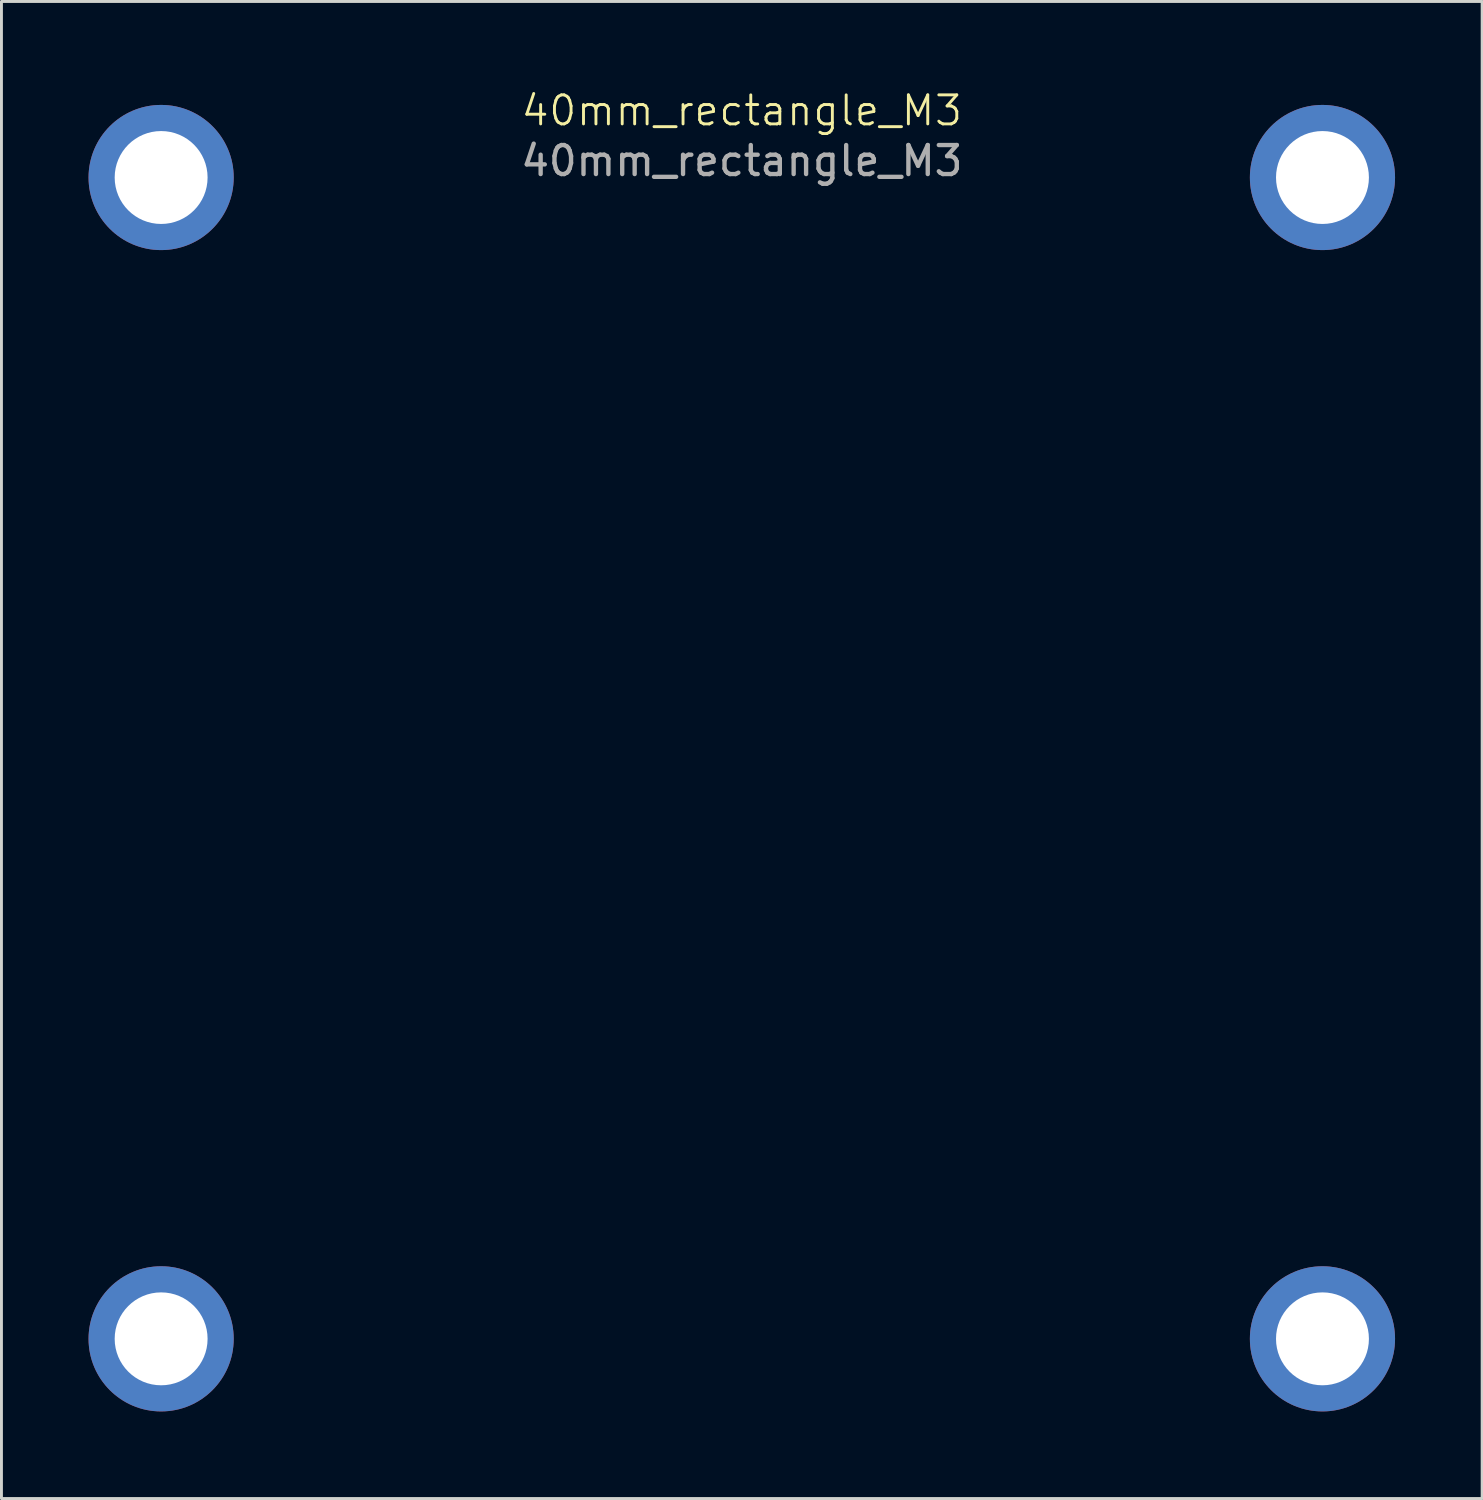
<source format=kicad_pcb>
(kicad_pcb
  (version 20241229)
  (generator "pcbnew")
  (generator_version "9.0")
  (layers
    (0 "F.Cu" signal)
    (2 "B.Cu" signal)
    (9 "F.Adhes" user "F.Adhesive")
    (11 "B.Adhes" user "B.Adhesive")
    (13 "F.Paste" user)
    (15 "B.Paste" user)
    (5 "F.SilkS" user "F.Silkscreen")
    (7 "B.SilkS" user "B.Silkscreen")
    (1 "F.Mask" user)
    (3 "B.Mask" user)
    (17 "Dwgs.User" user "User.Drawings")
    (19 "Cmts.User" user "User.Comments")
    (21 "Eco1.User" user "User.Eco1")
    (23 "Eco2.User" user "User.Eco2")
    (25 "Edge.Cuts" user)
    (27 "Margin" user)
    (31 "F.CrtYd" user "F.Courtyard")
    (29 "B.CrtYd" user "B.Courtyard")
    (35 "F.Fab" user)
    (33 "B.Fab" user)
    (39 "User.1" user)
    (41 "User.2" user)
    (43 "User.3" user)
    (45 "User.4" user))
  (footprint "40mm_rectangle_M3"
    (layer "F.Cu")
    (at 22.5 23.064)
    (property "Reference" "40mm_rectangle_M3" (at 0 -22.304 0) (unlocked yes) (layer "F.SilkS") (effects (font (size 1 1) (thickness 0.1))))
    (fp_text user "${REFERENCE}" (at 0 -20.574 0) (unlocked yes) (layer "F.Fab") (effects (font (size 1 1) (thickness 0.15))))
    (pad "1" thru_hole circle (at -20 -20) (size 5 5) (drill 3.2) (layers "*.Cu" "*.Mask"))
    (pad "2" thru_hole circle (at 20 -20) (size 5 5) (drill 3.2) (layers "*.Cu" "*.Mask"))
    (pad "3" thru_hole circle (at -20 20) (size 5 5) (drill 3.2) (layers "*.Cu" "*.Mask"))
    (pad "4" thru_hole circle (at 20 20) (size 5 5) (drill 3.2) (layers "*.Cu" "*.Mask")))
  (gr_rect
    (start -3 -3)
    (end 48 48.565)
    (stroke (width 0.1) (type default))
    (fill no)
    (layer "Edge.Cuts")))
</source>
